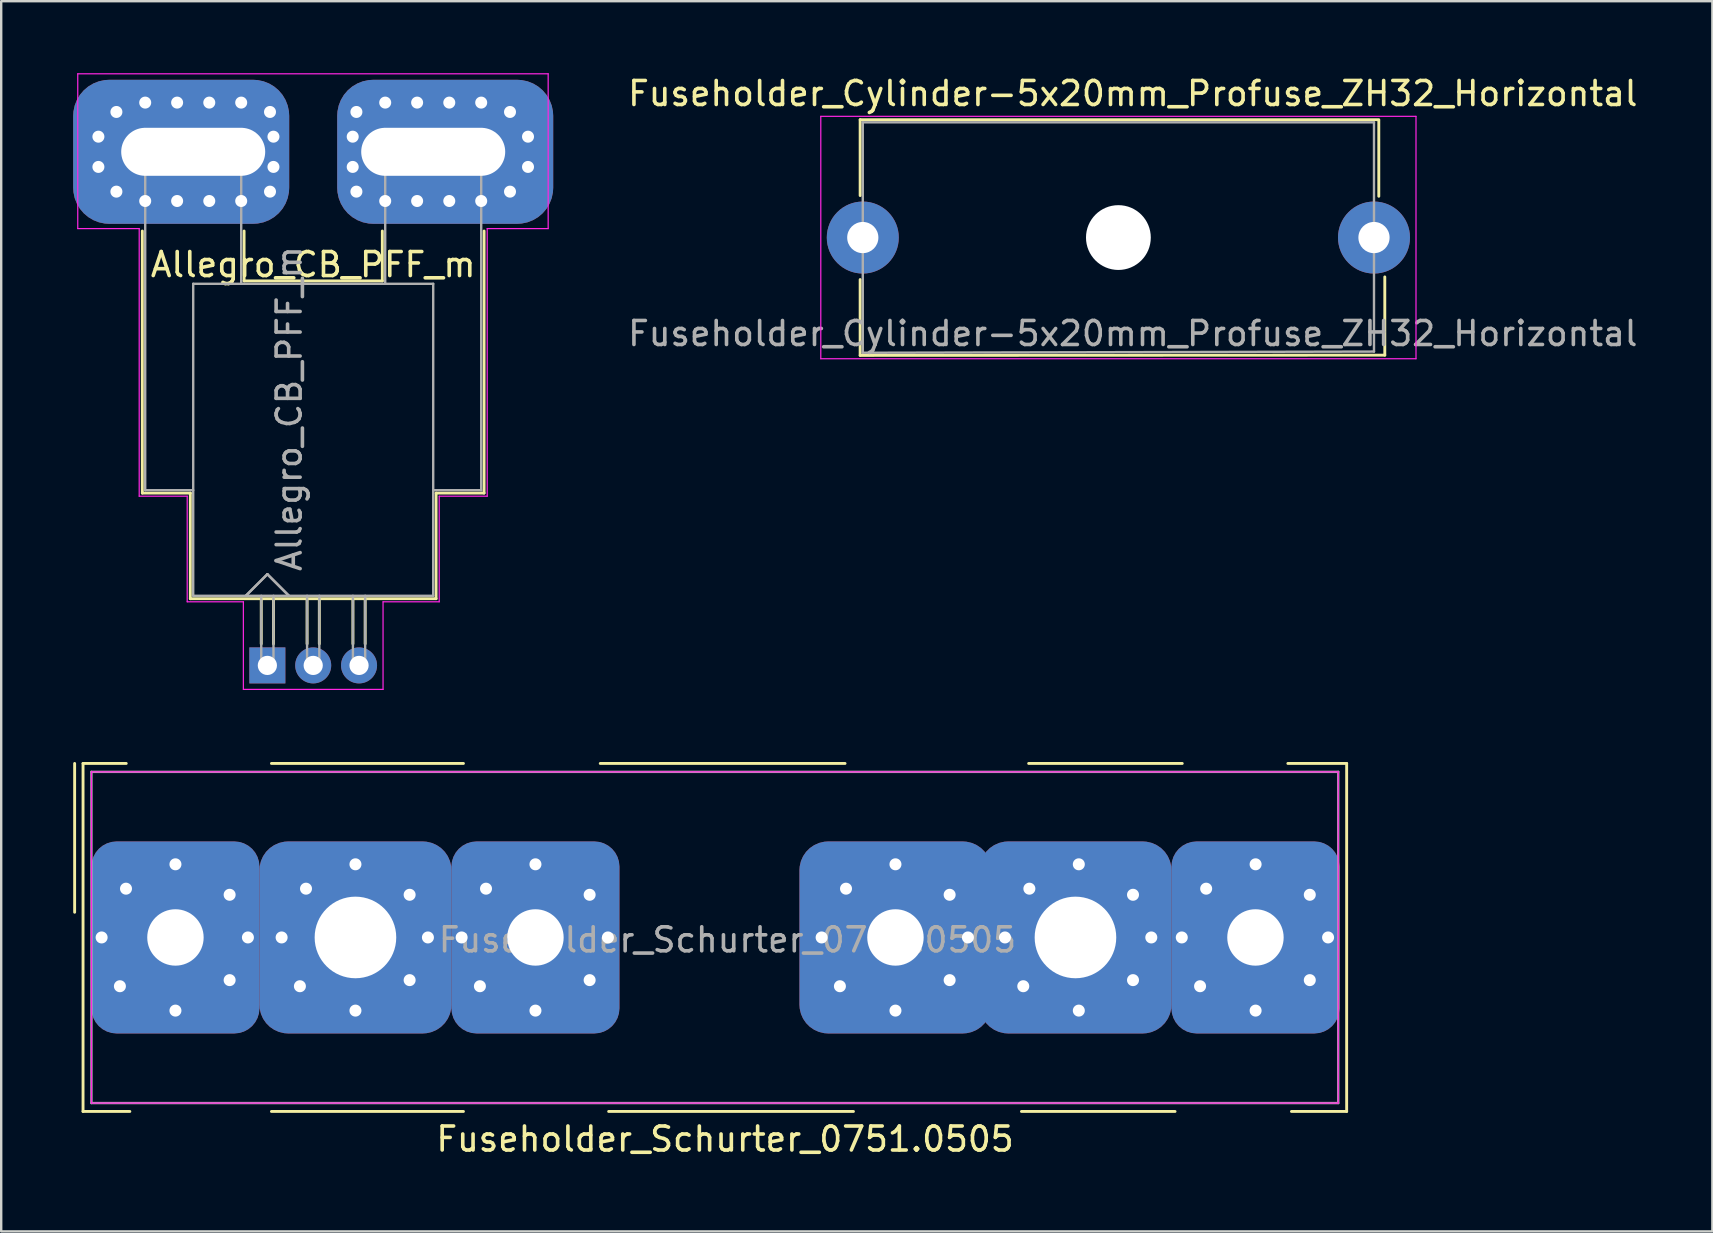
<source format=kicad_pcb>
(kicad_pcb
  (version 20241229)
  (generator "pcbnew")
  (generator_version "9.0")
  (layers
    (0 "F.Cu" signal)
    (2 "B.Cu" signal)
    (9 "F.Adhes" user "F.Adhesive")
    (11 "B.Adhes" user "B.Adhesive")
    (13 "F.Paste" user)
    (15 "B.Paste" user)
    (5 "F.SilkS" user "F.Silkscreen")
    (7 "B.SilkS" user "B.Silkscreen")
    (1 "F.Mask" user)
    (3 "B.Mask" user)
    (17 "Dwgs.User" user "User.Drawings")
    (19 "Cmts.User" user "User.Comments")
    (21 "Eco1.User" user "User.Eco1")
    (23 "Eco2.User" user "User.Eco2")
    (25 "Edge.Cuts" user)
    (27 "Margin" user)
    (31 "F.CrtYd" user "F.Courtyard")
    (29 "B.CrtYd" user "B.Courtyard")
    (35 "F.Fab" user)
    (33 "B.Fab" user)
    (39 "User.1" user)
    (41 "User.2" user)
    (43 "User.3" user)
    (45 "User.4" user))
  (footprint "Allegro_CB_PFF_m"
    (layer "F.Cu")
    (at 8.09 24.675)
    (property "Reference" "Allegro_CB_PFF_m" (at 1.91 -16.7 0) (layer "F.SilkS") (effects (font (size 1 1) (thickness 0.15))))
    (attr through_hole)
    (fp_line (start -5.21 -7.18) (end -5.21 -18.1) (stroke (width 0.12) (type solid)) (layer "F.SilkS"))
    (fp_line (start -3.21 -7.18) (end -5.21 -7.18) (stroke (width 0.12) (type solid)) (layer "F.SilkS"))
    (fp_line (start -3.21 -2.78) (end -3.21 -7.18) (stroke (width 0.12) (type solid)) (layer "F.SilkS"))
    (fp_line (start -0.97 -16.02) (end -0.97 -18.1) (stroke (width 0.12) (type solid)) (layer "F.SilkS"))
    (fp_line (start -0.97 -16.02) (end 4.79 -16.02) (stroke (width 0.12) (type solid)) (layer "F.SilkS"))
    (fp_line (start -0.255 -2.78) (end -0.255 -0.9) (stroke (width 0.12) (type solid)) (layer "F.SilkS"))
    (fp_line (start 0.255 -2.78) (end 0.255 -0.9) (stroke (width 0.12) (type solid)) (layer "F.SilkS"))
    (fp_line (start 1.655 -2.78) (end 1.655 -0.9) (stroke (width 0.12) (type solid)) (layer "F.SilkS"))
    (fp_line (start 2.165 -2.78) (end 2.165 -0.9) (stroke (width 0.12) (type solid)) (layer "F.SilkS"))
    (fp_line (start 3.565 -2.78) (end 3.565 -0.9) (stroke (width 0.12) (type solid)) (layer "F.SilkS"))
    (fp_line (start 4.075 -2.78) (end 4.075 -0.9) (stroke (width 0.12) (type solid)) (layer "F.SilkS"))
    (fp_line (start 4.79 -16.02) (end 4.79 -18.1) (stroke (width 0.12) (type solid)) (layer "F.SilkS"))
    (fp_line (start 7.03 -7.18) (end 9.03 -7.18) (stroke (width 0.12) (type solid)) (layer "F.SilkS"))
    (fp_line (start 7.03 -2.78) (end -3.21 -2.78) (stroke (width 0.12) (type solid)) (layer "F.SilkS"))
    (fp_line (start 7.03 -2.78) (end 7.03 -7.18) (stroke (width 0.12) (type solid)) (layer "F.SilkS"))
    (fp_line (start 9.03 -7.18) (end 9.03 -18.1) (stroke (width 0.12) (type solid)) (layer "F.SilkS"))
    (fp_line (start -7.9 -24.65) (end 11.7 -24.65) (stroke (width 0.05) (type solid)) (layer "F.CrtYd"))
    (fp_line (start -7.9 -18.2) (end -7.9 -24.65) (stroke (width 0.05) (type solid)) (layer "F.CrtYd"))
    (fp_line (start -7.9 -18.2) (end -5.34 -18.2) (stroke (width 0.05) (type solid)) (layer "F.CrtYd"))
    (fp_line (start -5.34 -7.05) (end -5.34 -18.2) (stroke (width 0.05) (type solid)) (layer "F.CrtYd"))
    (fp_line (start -3.34 -7.05) (end -5.34 -7.05) (stroke (width 0.05) (type solid)) (layer "F.CrtYd"))
    (fp_line (start -3.34 -7.05) (end -3.34 -2.65) (stroke (width 0.05) (type solid)) (layer "F.CrtYd"))
    (fp_line (start -1 -2.65) (end -3.34 -2.65) (stroke (width 0.05) (type solid)) (layer "F.CrtYd"))
    (fp_line (start -1 -2.65) (end -1 1) (stroke (width 0.05) (type solid)) (layer "F.CrtYd"))
    (fp_line (start 4.82 -2.65) (end 4.82 1) (stroke (width 0.05) (type solid)) (layer "F.CrtYd"))
    (fp_line (start 4.82 -2.65) (end 7.16 -2.65) (stroke (width 0.05) (type solid)) (layer "F.CrtYd"))
    (fp_line (start 4.82 1) (end -1 1) (stroke (width 0.05) (type solid)) (layer "F.CrtYd"))
    (fp_line (start 7.16 -7.05) (end 7.16 -2.65) (stroke (width 0.05) (type solid)) (layer "F.CrtYd"))
    (fp_line (start 7.16 -7.05) (end 9.16 -7.05) (stroke (width 0.05) (type solid)) (layer "F.CrtYd"))
    (fp_line (start 9.16 -18.2) (end 11.7 -18.2) (stroke (width 0.05) (type solid)) (layer "F.CrtYd"))
    (fp_line (start 9.16 -7.05) (end 9.16 -18.2) (stroke (width 0.05) (type solid)) (layer "F.CrtYd"))
    (fp_line (start 11.7 -24.65) (end 11.7 -18.2) (stroke (width 0.05) (type solid)) (layer "F.CrtYd"))
    (fp_line (start -5.09 -21.9) (end -1.09 -21.9) (stroke (width 0.1) (type solid)) (layer "F.Fab"))
    (fp_line (start -5.09 -7.3) (end -5.09 -21.9) (stroke (width 0.1) (type solid)) (layer "F.Fab"))
    (fp_line (start -5.09 -7.3) (end -3.09 -7.3) (stroke (width 0.1) (type solid)) (layer "F.Fab"))
    (fp_line (start -3.09 -15.9) (end -3.09 -2.9) (stroke (width 0.1) (type solid)) (layer "F.Fab"))
    (fp_line (start -3.09 -15.9) (end 6.91 -15.9) (stroke (width 0.1) (type solid)) (layer "F.Fab"))
    (fp_line (start -1.09 -15.9) (end -1.09 -21.9) (stroke (width 0.1) (type solid)) (layer "F.Fab"))
    (fp_line (start -0.9 -2.9) (end 0 -3.8) (stroke (width 0.1) (type solid)) (layer "F.Fab"))
    (fp_line (start -0.9 -2.9) (end 0 -3.8) (stroke (width 0.1) (type solid)) (layer "F.Fab"))
    (fp_line (start -0.255 -2.9) (end -0.255 0.19) (stroke (width 0.1) (type solid)) (layer "F.Fab"))
    (fp_line (start 0 -3.8) (end 0.9 -2.9) (stroke (width 0.1) (type solid)) (layer "F.Fab"))
    (fp_line (start 0 -3.8) (end 0.9 -2.9) (stroke (width 0.1) (type solid)) (layer "F.Fab"))
    (fp_line (start 0.255 -2.9) (end 0.255 0.19) (stroke (width 0.1) (type solid)) (layer "F.Fab"))
    (fp_line (start 1.655 -2.9) (end 1.655 0.19) (stroke (width 0.1) (type solid)) (layer "F.Fab"))
    (fp_line (start 2.165 -2.9) (end 2.165 0.19) (stroke (width 0.1) (type solid)) (layer "F.Fab"))
    (fp_line (start 3.565 -2.9) (end 3.565 0.19) (stroke (width 0.1) (type solid)) (layer "F.Fab"))
    (fp_line (start 4.075 -2.9) (end 4.075 0.19) (stroke (width 0.1) (type solid)) (layer "F.Fab"))
    (fp_line (start 4.91 -15.9) (end 4.91 -21.9) (stroke (width 0.1) (type solid)) (layer "F.Fab"))
    (fp_line (start 6.91 -15.9) (end 6.91 -2.9) (stroke (width 0.1) (type solid)) (layer "F.Fab"))
    (fp_line (start 6.91 -7.3) (end 8.91 -7.3) (stroke (width 0.1) (type solid)) (layer "F.Fab"))
    (fp_line (start 6.91 -2.9) (end -3.09 -2.9) (stroke (width 0.1) (type solid)) (layer "F.Fab"))
    (fp_line (start 8.91 -21.9) (end 4.91 -21.9) (stroke (width 0.1) (type solid)) (layer "F.Fab"))
    (fp_line (start 8.91 -7.3) (end 8.91 -21.9) (stroke (width 0.1) (type solid)) (layer "F.Fab"))
    (fp_text user "${REFERENCE}" (at 0.91 -10.7 90) (layer "F.Fab") (effects (font (size 1 1) (thickness 0.15))))
    (pad "1" thru_hole rect (at 0 0) (size 1.5 1.5) (drill 0.8) (layers "*.Cu" "*.Mask"))
    (pad "2" thru_hole circle (at 1.91 0) (size 1.5 1.5) (drill 0.8) (layers "*.Cu" "*.Mask"))
    (pad "3" thru_hole circle (at 3.82 0) (size 1.5 1.5) (drill 0.8) (layers "*.Cu" "*.Mask"))
    (pad "4" thru_hole oval (at 3.556 -22.03 65) (size 0.8 0.8) (drill 0.5) (layers "*.Cu" "*.Mask"))
    (pad "4" thru_hole oval (at 3.556 -20.77 295) (size 0.8 0.8) (drill 0.5) (layers "*.Cu" "*.Mask"))
    (pad "4" thru_hole circle (at 3.71 -23.06) (size 0.8 0.8) (drill 0.5) (layers "*.Cu" "*.Mask"))
    (pad "4" thru_hole circle (at 3.71 -19.74) (size 0.8 0.8) (drill 0.5) (layers "*.Cu" "*.Mask"))
    (pad "4" thru_hole circle (at 4.91 -23.45) (size 0.8 0.8) (drill 0.5) (layers "*.Cu" "*.Mask"))
    (pad "4" thru_hole circle (at 4.91 -19.35) (size 0.8 0.8) (drill 0.5) (layers "*.Cu" "*.Mask"))
    (pad "4" thru_hole circle (at 6.24 -23.45) (size 0.8 0.8) (drill 0.5) (layers "*.Cu" "*.Mask"))
    (pad "4" thru_hole circle (at 6.24 -19.35) (size 0.8 0.8) (drill 0.5) (layers "*.Cu" "*.Mask"))
    (pad "4" thru_hole roundrect (at 6.91 -21.4) (size 9 6) (drill oval 6 2 (offset 0.5 0)) (layers "*.Cu" "*.Mask") (roundrect_rratio 0.25))
    (pad "4" thru_hole circle (at 7.58 -23.45) (size 0.8 0.8) (drill 0.5) (layers "*.Cu" "*.Mask"))
    (pad "4" thru_hole circle (at 7.58 -19.35) (size 0.8 0.8) (drill 0.5) (layers "*.Cu" "*.Mask"))
    (pad "4" thru_hole circle (at 8.91 -23.45) (size 0.8 0.8) (drill 0.5) (layers "*.Cu" "*.Mask"))
    (pad "4" thru_hole circle (at 8.91 -19.35) (size 0.8 0.8) (drill 0.5) (layers "*.Cu" "*.Mask"))
    (pad "4" thru_hole circle (at 10.11 -23.06) (size 0.8 0.8) (drill 0.5) (layers "*.Cu" "*.Mask"))
    (pad "4" thru_hole circle (at 10.11 -19.74) (size 0.8 0.8) (drill 0.5) (layers "*.Cu" "*.Mask"))
    (pad "4" thru_hole circle (at 10.86 -22.03) (size 0.8 0.8) (drill 0.5) (layers "*.Cu" "*.Mask"))
    (pad "4" thru_hole circle (at 10.86 -20.77) (size 0.8 0.8) (drill 0.5) (layers "*.Cu" "*.Mask"))
    (pad "5" thru_hole circle (at -7.04 -22.03) (size 0.8 0.8) (drill 0.5) (layers "*.Cu" "*.Mask"))
    (pad "5" thru_hole circle (at -7.04 -20.77) (size 0.8 0.8) (drill 0.5) (layers "*.Cu" "*.Mask"))
    (pad "5" thru_hole circle (at -6.29 -23.06) (size 0.8 0.8) (drill 0.5) (layers "*.Cu" "*.Mask"))
    (pad "5" thru_hole circle (at -6.29 -19.74) (size 0.8 0.8) (drill 0.5) (layers "*.Cu" "*.Mask"))
    (pad "5" thru_hole circle (at -5.09 -23.45) (size 0.8 0.8) (drill 0.5) (layers "*.Cu" "*.Mask"))
    (pad "5" thru_hole circle (at -5.09 -19.35) (size 0.8 0.8) (drill 0.5) (layers "*.Cu" "*.Mask"))
    (pad "5" thru_hole circle (at -3.76 -23.45) (size 0.8 0.8) (drill 0.5) (layers "*.Cu" "*.Mask"))
    (pad "5" thru_hole circle (at -3.76 -19.35) (size 0.8 0.8) (drill 0.5) (layers "*.Cu" "*.Mask"))
    (pad "5" thru_hole roundrect (at -3.09 -21.4) (size 9 6) (drill oval 6 2 (offset -0.5 0)) (layers "*.Cu" "*.Mask") (roundrect_rratio 0.25))
    (pad "5" thru_hole circle (at -2.42 -23.45) (size 0.8 0.8) (drill 0.5) (layers "*.Cu" "*.Mask"))
    (pad "5" thru_hole circle (at -2.42 -19.35) (size 0.8 0.8) (drill 0.5) (layers "*.Cu" "*.Mask"))
    (pad "5" thru_hole circle (at -1.09 -23.45) (size 0.8 0.8) (drill 0.5) (layers "*.Cu" "*.Mask"))
    (pad "5" thru_hole circle (at -1.09 -19.35) (size 0.8 0.8) (drill 0.5) (layers "*.Cu" "*.Mask"))
    (pad "5" thru_hole circle (at 0.11 -23.06) (size 0.8 0.8) (drill 0.5) (layers "*.Cu" "*.Mask"))
    (pad "5" thru_hole circle (at 0.11 -19.74) (size 0.8 0.8) (drill 0.5) (layers "*.Cu" "*.Mask"))
    (pad "5" thru_hole oval (at 0.254 -22.03 295) (size 0.8 0.8) (drill 0.5) (layers "*.Cu" "*.Mask"))
    (pad "5" thru_hole oval (at 0.254 -20.77 65) (size 0.8 0.8) (drill 0.5) (layers "*.Cu" "*.Mask")))
  (footprint "Fuseholder_Cylinder-5x20mm_Profuse_ZH32_Horizontal"
    (layer "F.Cu")
    (at 32.899 6.848)
    (property "Reference" "Fuseholder_Cylinder-5x20mm_Profuse_ZH32_Horizontal" (at 11.25 -6 0) (layer "F.SilkS") (effects (font (size 1 1) (thickness 0.15))))
    (attr through_hole)
    (fp_line (start -0.11 -4.91) (end 21.5 -4.91) (stroke (width 0.12) (type solid)) (layer "F.SilkS"))
    (fp_line (start -0.11 -1.75) (end -0.11 -4.91) (stroke (width 0.12) (type solid)) (layer "F.SilkS"))
    (fp_line (start -0.11 4.91) (end -0.11 1.75) (stroke (width 0.12) (type solid)) (layer "F.SilkS"))
    (fp_line (start -0.11 4.91) (end 21.75 4.9) (stroke (width 0.12) (type solid)) (layer "F.SilkS"))
    (fp_line (start 21.5 -1.72) (end 21.5 -4.88) (stroke (width 0.12) (type solid)) (layer "F.SilkS"))
    (fp_line (start 21.75 4.9) (end 21.75 1.64) (stroke (width 0.12) (type solid)) (layer "F.SilkS"))
    (fp_line (start -1.75 -5.05) (end 23.05 -5.05) (stroke (width 0.05) (type solid)) (layer "F.CrtYd"))
    (fp_line (start -1.75 5.05) (end -1.75 -5.05) (stroke (width 0.05) (type solid)) (layer "F.CrtYd"))
    (fp_line (start 23.05 -5.05) (end 23.05 5.05) (stroke (width 0.05) (type solid)) (layer "F.CrtYd"))
    (fp_line (start 23.05 5.05) (end -1.75 5.05) (stroke (width 0.05) (type solid)) (layer "F.CrtYd"))
    (fp_line (start 0 -4.8) (end 0 4.8) (stroke (width 0.1) (type solid)) (layer "F.Fab"))
    (fp_line (start 0 4.8) (end 21.3 4.75) (stroke (width 0.1) (type solid)) (layer "F.Fab"))
    (fp_line (start 21.3 -4.8) (end 0 -4.8) (stroke (width 0.1) (type solid)) (layer "F.Fab"))
    (fp_line (start 21.3 4.75) (end 21.3 -4.8) (stroke (width 0.1) (type solid)) (layer "F.Fab"))
    (fp_text user "${REFERENCE}" (at 11.25 4 0) (layer "F.Fab") (effects (font (size 1 1) (thickness 0.15))))
    (pad "" np_thru_hole circle (at 10.65 0) (size 2.7 2.7) (drill 2.7) (layers "*.Cu" "*.Mask"))
    (pad "1" thru_hole circle (at 0 0) (size 3 3) (drill 1.3) (layers "*.Cu" "*.Mask"))
    (pad "2" thru_hole circle (at 21.3 0) (size 3 3) (drill 1.3) (layers "*.Cu" "*.Mask")))
  (footprint "Fuseholder_Schurter_0751.0505"
    (layer "F.Cu")
    (at 4.26 36.01)
    (property "Reference" "Fuseholder_Schurter_0751.0505" (at 22.9 8.4 0) (layer "F.SilkS") (effects (font (size 1 1) (thickness 0.15))))
    (attr through_hole)
    (fp_line (start -4.2 -7.25) (end -4.2 -1.05) (stroke (width 0.12) (type solid)) (layer "F.SilkS"))
    (fp_line (start -3.85 -7.25) (end -2.05 -7.25) (stroke (width 0.12) (type solid)) (layer "F.SilkS"))
    (fp_line (start -3.85 7.25) (end -3.85 -7.25) (stroke (width 0.12) (type solid)) (layer "F.SilkS"))
    (fp_line (start -3.85 7.25) (end -1.9 7.25) (stroke (width 0.12) (type solid)) (layer "F.SilkS"))
    (fp_line (start 4 -7.25) (end 12 -7.25) (stroke (width 0.12) (type solid)) (layer "F.SilkS"))
    (fp_line (start 4 7.25) (end 12 7.25) (stroke (width 0.12) (type solid)) (layer "F.SilkS"))
    (fp_line (start 17.7 -7.25) (end 27.9 -7.25) (stroke (width 0.12) (type solid)) (layer "F.SilkS"))
    (fp_line (start 18.05 7.25) (end 28.25 7.25) (stroke (width 0.12) (type solid)) (layer "F.SilkS"))
    (fp_line (start 35.25 7.25) (end 41.65 7.25) (stroke (width 0.12) (type solid)) (layer "F.SilkS"))
    (fp_line (start 35.55 -7.25) (end 41.95 -7.25) (stroke (width 0.12) (type solid)) (layer "F.SilkS"))
    (fp_line (start 46.35 -7.25) (end 48.8 -7.25) (stroke (width 0.12) (type solid)) (layer "F.SilkS"))
    (fp_line (start 46.5 7.25) (end 48.8 7.25) (stroke (width 0.12) (type solid)) (layer "F.SilkS"))
    (fp_line (start 48.8 -7.25) (end 48.8 7.25) (stroke (width 0.12) (type solid)) (layer "F.SilkS"))
    (fp_line (start -3.5 -6.9) (end 48.45 -6.9) (stroke (width 0.05) (type solid)) (layer "F.CrtYd"))
    (fp_line (start -3.5 6.9) (end -3.5 -6.9) (stroke (width 0.05) (type solid)) (layer "F.CrtYd"))
    (fp_line (start 48.45 -6.9) (end 48.45 6.9) (stroke (width 0.05) (type solid)) (layer "F.CrtYd"))
    (fp_line (start 48.45 6.9) (end -3.5 6.9) (stroke (width 0.05) (type solid)) (layer "F.CrtYd"))
    (fp_line (start -3.5 -6.9) (end 48.45 -6.9) (stroke (width 0.1) (type solid)) (layer "F.Fab"))
    (fp_line (start -3.5 6.9) (end -3.5 -6.9) (stroke (width 0.1) (type solid)) (layer "F.Fab"))
    (fp_line (start 48.45 -6.9) (end 48.45 6.9) (stroke (width 0.1) (type solid)) (layer "F.Fab"))
    (fp_line (start 48.45 6.9) (end -3.5 6.9) (stroke (width 0.1) (type solid)) (layer "F.Fab"))
    (fp_text user "${REFERENCE}" (at 23 0.1 0) (layer "F.Fab") (effects (font (size 1 1) (thickness 0.15))))
    (pad "1" thru_hole circle (at -3.076 0) (size 0.8 0.8) (drill 0.5) (layers "*.Cu" "*.Mask"))
    (pad "1" thru_hole circle (at -2.314 2.032) (size 0.8 0.8) (drill 0.5) (layers "*.Cu" "*.Mask"))
    (pad "1" thru_hole circle (at -2.06 -2.032) (size 0.8 0.8) (drill 0.5) (layers "*.Cu" "*.Mask"))
    (pad "1" thru_hole circle (at 0 -3.048) (size 0.8 0.8) (drill 0.5) (layers "*.Cu" "*.Mask"))
    (pad "1" thru_hole roundrect (at 0 0) (size 7 8) (drill 2.35) (layers "*.Cu" "*.Mask") (roundrect_rratio 0.15))
    (pad "1" thru_hole circle (at 0 3.048) (size 0.8 0.8) (drill 0.5) (layers "*.Cu" "*.Mask"))
    (pad "1" thru_hole circle (at 2.258 -1.778) (size 0.8 0.8) (drill 0.5) (layers "*.Cu" "*.Mask"))
    (pad "1" thru_hole circle (at 2.258 1.778) (size 0.8 0.8) (drill 0.5) (layers "*.Cu" "*.Mask"))
    (pad "1" thru_hole circle (at 3.02 0) (size 0.8 0.8) (drill 0.5) (layers "*.Cu" "*.Mask"))
    (pad "1" thru_hole circle (at 4.424 0) (size 0.8 0.8) (drill 0.5) (layers "*.Cu" "*.Mask"))
    (pad "1" thru_hole circle (at 5.186 2.032) (size 0.8 0.8) (drill 0.5) (layers "*.Cu" "*.Mask"))
    (pad "1" thru_hole circle (at 5.44 -2.032) (size 0.8 0.8) (drill 0.5) (layers "*.Cu" "*.Mask"))
    (pad "1" thru_hole circle (at 7.5 -3.048) (size 0.8 0.8) (drill 0.5) (layers "*.Cu" "*.Mask"))
    (pad "1" thru_hole roundrect (at 7.5 0 90) (size 8 8) (drill 3.4) (layers "*.Cu" "*.Mask") (roundrect_rratio 0.15))
    (pad "1" thru_hole circle (at 7.5 3.048) (size 0.8 0.8) (drill 0.5) (layers "*.Cu" "*.Mask"))
    (pad "1" thru_hole circle (at 9.758 -1.778) (size 0.8 0.8) (drill 0.5) (layers "*.Cu" "*.Mask"))
    (pad "1" thru_hole circle (at 9.758 1.778) (size 0.8 0.8) (drill 0.5) (layers "*.Cu" "*.Mask"))
    (pad "1" thru_hole circle (at 10.52 0) (size 0.8 0.8) (drill 0.5) (layers "*.Cu" "*.Mask"))
    (pad "1" thru_hole circle (at 11.924 0) (size 0.8 0.8) (drill 0.5) (layers "*.Cu" "*.Mask"))
    (pad "1" thru_hole circle (at 12.686 2.032) (size 0.8 0.8) (drill 0.5) (layers "*.Cu" "*.Mask"))
    (pad "1" thru_hole circle (at 12.94 -2.032) (size 0.8 0.8) (drill 0.5) (layers "*.Cu" "*.Mask"))
    (pad "1" thru_hole circle (at 15 -3.048) (size 0.8 0.8) (drill 0.5) (layers "*.Cu" "*.Mask"))
    (pad "1" thru_hole roundrect (at 15 0) (size 7 8) (drill 2.35) (layers "*.Cu" "*.Mask") (roundrect_rratio 0.15))
    (pad "1" thru_hole circle (at 15 3.048) (size 0.8 0.8) (drill 0.5) (layers "*.Cu" "*.Mask"))
    (pad "1" thru_hole circle (at 17.258 -1.778) (size 0.8 0.8) (drill 0.5) (layers "*.Cu" "*.Mask"))
    (pad "1" thru_hole circle (at 17.258 1.778) (size 0.8 0.8) (drill 0.5) (layers "*.Cu" "*.Mask"))
    (pad "1" thru_hole circle (at 18.02 0) (size 0.8 0.8) (drill 0.5) (layers "*.Cu" "*.Mask"))
    (pad "2" thru_hole circle (at 26.924 0) (size 0.8 0.8) (drill 0.5) (layers "*.Cu" "*.Mask"))
    (pad "2" thru_hole circle (at 27.686 2.032) (size 0.8 0.8) (drill 0.5) (layers "*.Cu" "*.Mask"))
    (pad "2" thru_hole circle (at 27.94 -2.032) (size 0.8 0.8) (drill 0.5) (layers "*.Cu" "*.Mask"))
    (pad "2" thru_hole circle (at 30 -3.048) (size 0.8 0.8) (drill 0.5) (layers "*.Cu" "*.Mask"))
    (pad "2" thru_hole roundrect (at 30 0 90) (size 8 8) (drill 2.35) (layers "*.Cu" "*.Mask") (roundrect_rratio 0.15))
    (pad "2" thru_hole circle (at 30 3.048) (size 0.8 0.8) (drill 0.5) (layers "*.Cu" "*.Mask"))
    (pad "2" thru_hole circle (at 32.258 -1.778) (size 0.8 0.8) (drill 0.5) (layers "*.Cu" "*.Mask"))
    (pad "2" thru_hole circle (at 32.258 1.778) (size 0.8 0.8) (drill 0.5) (layers "*.Cu" "*.Mask"))
    (pad "2" thru_hole circle (at 33.02 0) (size 0.8 0.8) (drill 0.5) (layers "*.Cu" "*.Mask"))
    (pad "2" thru_hole circle (at 34.564 0) (size 0.8 0.8) (drill 0.5) (layers "*.Cu" "*.Mask"))
    (pad "2" thru_hole circle (at 35.326 2.032) (size 0.8 0.8) (drill 0.5) (layers "*.Cu" "*.Mask"))
    (pad "2" thru_hole circle (at 35.58 -2.032) (size 0.8 0.8) (drill 0.5) (layers "*.Cu" "*.Mask"))
    (pad "2" thru_hole roundrect (at 37.5 0) (size 8 8) (drill 3.4) (layers "*.Cu" "*.Mask") (roundrect_rratio 0.15))
    (pad "2" thru_hole circle (at 37.64 -3.048) (size 0.8 0.8) (drill 0.5) (layers "*.Cu" "*.Mask"))
    (pad "2" thru_hole circle (at 37.64 3.048) (size 0.8 0.8) (drill 0.5) (layers "*.Cu" "*.Mask"))
    (pad "2" thru_hole circle (at 39.898 -1.778) (size 0.8 0.8) (drill 0.5) (layers "*.Cu" "*.Mask"))
    (pad "2" thru_hole circle (at 39.898 1.778) (size 0.8 0.8) (drill 0.5) (layers "*.Cu" "*.Mask"))
    (pad "2" thru_hole circle (at 40.66 0) (size 0.8 0.8) (drill 0.5) (layers "*.Cu" "*.Mask"))
    (pad "2" thru_hole circle (at 41.93 0) (size 0.8 0.8) (drill 0.5) (layers "*.Cu" "*.Mask"))
    (pad "2" thru_hole circle (at 42.692 2.032) (size 0.8 0.8) (drill 0.5) (layers "*.Cu" "*.Mask"))
    (pad "2" thru_hole circle (at 42.946 -2.032) (size 0.8 0.8) (drill 0.5) (layers "*.Cu" "*.Mask"))
    (pad "2" thru_hole roundrect (at 45 0) (size 7 8) (drill 2.35) (layers "*.Cu" "*.Mask") (roundrect_rratio 0.15))
    (pad "2" thru_hole circle (at 45.006 -3.048) (size 0.8 0.8) (drill 0.5) (layers "*.Cu" "*.Mask"))
    (pad "2" thru_hole circle (at 45.006 3.048) (size 0.8 0.8) (drill 0.5) (layers "*.Cu" "*.Mask"))
    (pad "2" thru_hole circle (at 47.264 -1.778) (size 0.8 0.8) (drill 0.5) (layers "*.Cu" "*.Mask"))
    (pad "2" thru_hole circle (at 47.264 1.778) (size 0.8 0.8) (drill 0.5) (layers "*.Cu" "*.Mask"))
    (pad "2" thru_hole circle (at 48.026 0) (size 0.8 0.8) (drill 0.5) (layers "*.Cu" "*.Mask")))
  (gr_rect
    (start -3 -3)
    (end 68.298 48.258)
    (stroke (width 0.1) (type default))
    (fill no)
    (layer "Edge.Cuts")))
</source>
